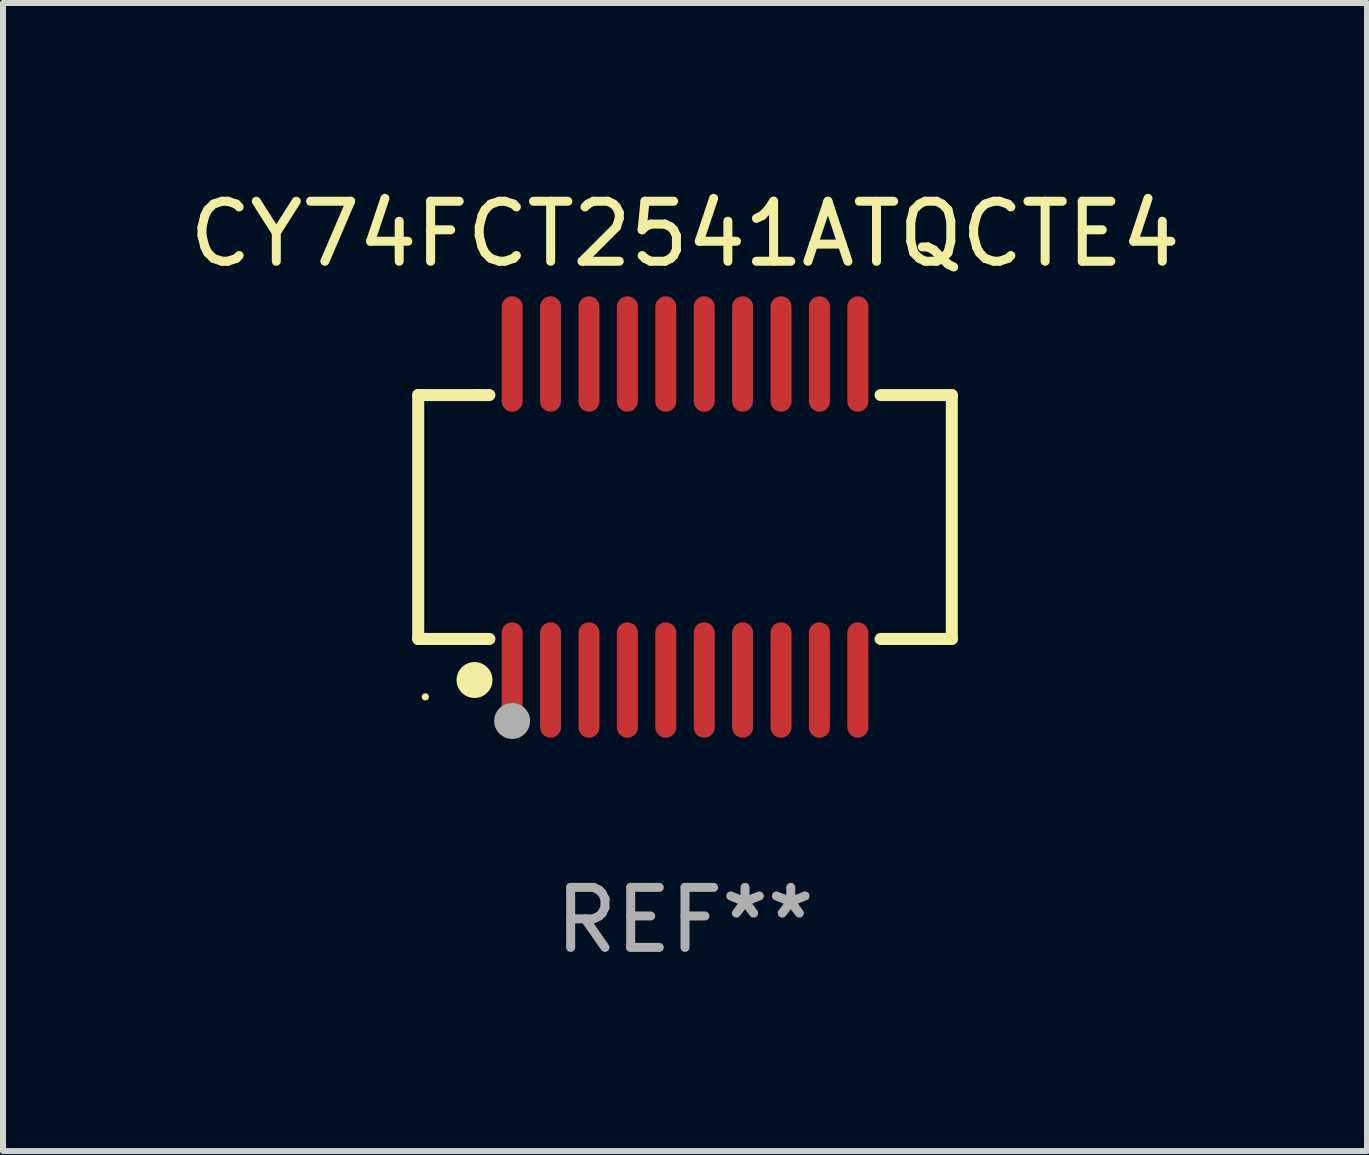
<source format=kicad_pcb>
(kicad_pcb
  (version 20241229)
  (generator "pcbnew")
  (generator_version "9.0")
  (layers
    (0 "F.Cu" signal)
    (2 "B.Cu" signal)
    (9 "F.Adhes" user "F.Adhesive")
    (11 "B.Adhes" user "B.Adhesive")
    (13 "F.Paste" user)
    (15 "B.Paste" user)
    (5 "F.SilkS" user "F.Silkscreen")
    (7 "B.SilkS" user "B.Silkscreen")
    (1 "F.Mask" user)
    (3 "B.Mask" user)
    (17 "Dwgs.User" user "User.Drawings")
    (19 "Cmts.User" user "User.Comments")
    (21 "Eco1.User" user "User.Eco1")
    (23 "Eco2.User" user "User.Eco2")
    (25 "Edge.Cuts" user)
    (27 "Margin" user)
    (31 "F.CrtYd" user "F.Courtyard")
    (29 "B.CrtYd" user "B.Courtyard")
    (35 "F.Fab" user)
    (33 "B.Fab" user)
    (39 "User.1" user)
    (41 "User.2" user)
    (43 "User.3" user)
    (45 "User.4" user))
  (footprint "CY74FCT2541ATQCTE4"
    (layer "F.Cu")
    (at 8.363 5.564)
    (property "Reference" "CY74FCT2541ATQCTE4" (at 0 -4.716 0) (layer "F.SilkS") (effects (font (size 1 1) (thickness 0.15))))
    (attr through_hole)
    (fp_line (start -4.445 -2.032) (end -4.445 2.032) (stroke (width 0.2) (type solid)) (layer "F.SilkS"))
    (fp_line (start -4.445 2.032) (end -3.259 2.032) (stroke (width 0.2) (type solid)) (layer "F.SilkS"))
    (fp_line (start -3.429 -2.032) (end -4.445 -2.032) (stroke (width 0.2) (type solid)) (layer "F.SilkS"))
    (fp_line (start -3.259 -2.032) (end -3.429 -2.032) (stroke (width 0.2) (type solid)) (layer "F.SilkS"))
    (fp_line (start 3.259 2.032) (end 4.445 2.032) (stroke (width 0.2) (type solid)) (layer "F.SilkS"))
    (fp_line (start 4.445 -2.032) (end 3.259 -2.032) (stroke (width 0.2) (type solid)) (layer "F.SilkS"))
    (fp_line (start 4.445 2.032) (end 4.445 -2.032) (stroke (width 0.2) (type solid)) (layer "F.SilkS"))
    (fp_circle (center -4.327 2.997) (end -4.297 2.997) (stroke (width 0.06) (type solid)) (fill no) (layer "F.SilkS"))
    (fp_circle (center -3.507 2.716) (end -3.357 2.716) (stroke (width 0.3) (type solid)) (fill no) (layer "F.SilkS"))
    (fp_circle (center -2.88 3.398) (end -2.73 3.398) (stroke (width 0.3) (type solid)) (fill no) (layer "F.Fab"))
    (fp_text user "REF**" (at 0 6.716 0) (layer "F.Fab") (effects (font (size 1 1) (thickness 0.15))))
    (pad "1" smd oval (at -2.88 2.716) (size 0.35 1.922) (layers "F.Cu" "F.Mask" "F.Paste"))
    (pad "2" smd oval (at -2.24 2.716) (size 0.35 1.922) (layers "F.Cu" "F.Mask" "F.Paste"))
    (pad "3" smd oval (at -1.6 2.716) (size 0.35 1.922) (layers "F.Cu" "F.Mask" "F.Paste"))
    (pad "4" smd oval (at -0.96 2.716) (size 0.35 1.922) (layers "F.Cu" "F.Mask" "F.Paste"))
    (pad "5" smd oval (at -0.32 2.716) (size 0.35 1.922) (layers "F.Cu" "F.Mask" "F.Paste"))
    (pad "6" smd oval (at 0.32 2.716) (size 0.35 1.922) (layers "F.Cu" "F.Mask" "F.Paste"))
    (pad "7" smd oval (at 0.96 2.716) (size 0.35 1.922) (layers "F.Cu" "F.Mask" "F.Paste"))
    (pad "8" smd oval (at 1.6 2.716) (size 0.35 1.922) (layers "F.Cu" "F.Mask" "F.Paste"))
    (pad "9" smd oval (at 2.24 2.716) (size 0.35 1.922) (layers "F.Cu" "F.Mask" "F.Paste"))
    (pad "10" smd oval (at 2.88 2.716) (size 0.35 1.922) (layers "F.Cu" "F.Mask" "F.Paste"))
    (pad "11" smd oval (at 2.88 -2.716) (size 0.35 1.922) (layers "F.Cu" "F.Mask" "F.Paste"))
    (pad "12" smd oval (at 2.24 -2.716) (size 0.35 1.922) (layers "F.Cu" "F.Mask" "F.Paste"))
    (pad "13" smd oval (at 1.6 -2.716) (size 0.35 1.922) (layers "F.Cu" "F.Mask" "F.Paste"))
    (pad "14" smd oval (at 0.96 -2.716) (size 0.35 1.922) (layers "F.Cu" "F.Mask" "F.Paste"))
    (pad "15" smd oval (at 0.32 -2.716) (size 0.35 1.922) (layers "F.Cu" "F.Mask" "F.Paste"))
    (pad "16" smd oval (at -0.32 -2.716) (size 0.35 1.922) (layers "F.Cu" "F.Mask" "F.Paste"))
    (pad "17" smd oval (at -0.96 -2.716) (size 0.35 1.922) (layers "F.Cu" "F.Mask" "F.Paste"))
    (pad "18" smd oval (at -1.6 -2.716) (size 0.35 1.922) (layers "F.Cu" "F.Mask" "F.Paste"))
    (pad "19" smd oval (at -2.24 -2.716) (size 0.35 1.922) (layers "F.Cu" "F.Mask" "F.Paste"))
    (pad "20" smd oval (at -2.88 -2.716) (size 0.35 1.922) (layers "F.Cu" "F.Mask" "F.Paste")))
  (gr_rect
    (start -3 -3)
    (end 19.726 16.128)
    (stroke (width 0.1) (type default))
    (fill no)
    (layer "Edge.Cuts")))
</source>
